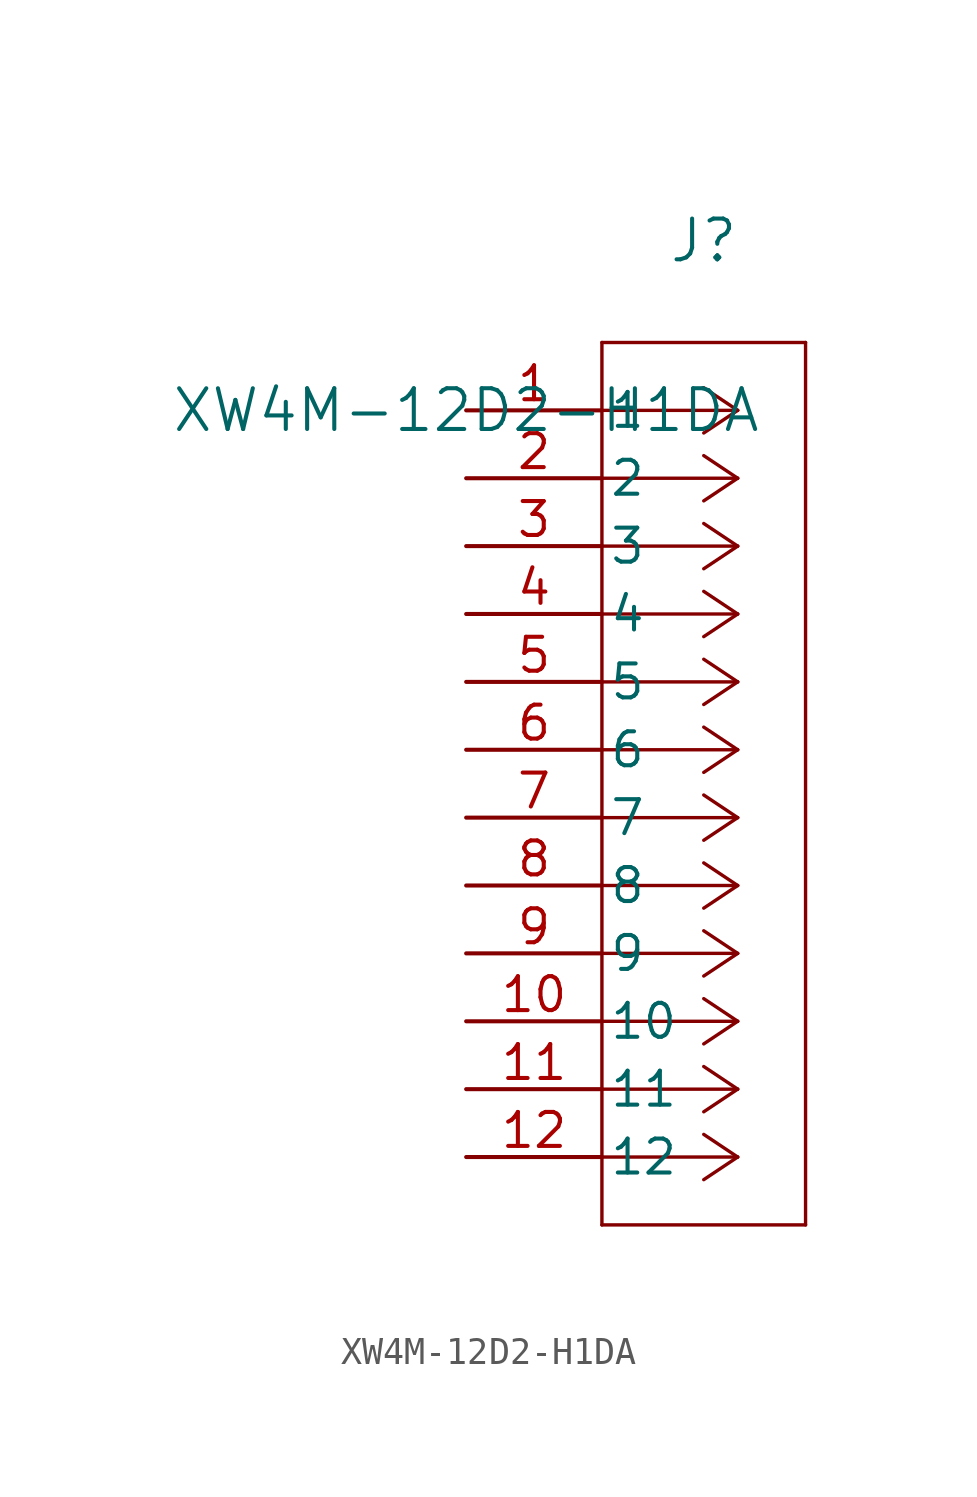
<source format=kicad_sym>
(kicad_symbol_lib
  (version 20211014)
  (generator kicad_symbol_editor)
  (symbol "XW4M-12D2-H1DA"
    (pin_names
      (offset 0.254))
    (property "Reference" "J"
      (at 8.89 6.35 0)
      (effects (font (size 1.524 1.524))))
    (property "Value" "XW4M-12D2-H1DA"
      (at 0 0 0)
      (effects (font (size 1.524 1.524))))
    (polyline
      (pts (xy 10.16 0) (xy 5.08 0))
      (stroke (width 0.127) (type default) (color 0 0 0 0))
      (fill (type none)))
    (polyline
      (pts (xy 10.16 -2.54) (xy 5.08 -2.54))
      (stroke (width 0.127) (type default) (color 0 0 0 0))
      (fill (type none)))
    (polyline
      (pts (xy 10.16 -5.08) (xy 5.08 -5.08))
      (stroke (width 0.127) (type default) (color 0 0 0 0))
      (fill (type none)))
    (polyline
      (pts (xy 10.16 -7.62) (xy 5.08 -7.62))
      (stroke (width 0.127) (type default) (color 0 0 0 0))
      (fill (type none)))
    (polyline
      (pts (xy 10.16 -10.16) (xy 5.08 -10.16))
      (stroke (width 0.127) (type default) (color 0 0 0 0))
      (fill (type none)))
    (polyline
      (pts (xy 10.16 -12.7) (xy 5.08 -12.7))
      (stroke (width 0.127) (type default) (color 0 0 0 0))
      (fill (type none)))
    (polyline
      (pts (xy 10.16 -15.24) (xy 5.08 -15.24))
      (stroke (width 0.127) (type default) (color 0 0 0 0))
      (fill (type none)))
    (polyline
      (pts (xy 10.16 -17.78) (xy 5.08 -17.78))
      (stroke (width 0.127) (type default) (color 0 0 0 0))
      (fill (type none)))
    (polyline
      (pts (xy 10.16 -20.32) (xy 5.08 -20.32))
      (stroke (width 0.127) (type default) (color 0 0 0 0))
      (fill (type none)))
    (polyline
      (pts (xy 10.16 -22.86) (xy 5.08 -22.86))
      (stroke (width 0.127) (type default) (color 0 0 0 0))
      (fill (type none)))
    (polyline
      (pts (xy 10.16 -25.4) (xy 5.08 -25.4))
      (stroke (width 0.127) (type default) (color 0 0 0 0))
      (fill (type none)))
    (polyline
      (pts (xy 10.16 -27.94) (xy 5.08 -27.94))
      (stroke (width 0.127) (type default) (color 0 0 0 0))
      (fill (type none)))
    (polyline
      (pts (xy 10.16 0) (xy 8.89 0.847))
      (stroke (width 0.127) (type default) (color 0 0 0 0))
      (fill (type none)))
    (polyline
      (pts (xy 10.16 -2.54) (xy 8.89 -1.693))
      (stroke (width 0.127) (type default) (color 0 0 0 0))
      (fill (type none)))
    (polyline
      (pts (xy 10.16 -5.08) (xy 8.89 -4.233))
      (stroke (width 0.127) (type default) (color 0 0 0 0))
      (fill (type none)))
    (polyline
      (pts (xy 10.16 -7.62) (xy 8.89 -6.773))
      (stroke (width 0.127) (type default) (color 0 0 0 0))
      (fill (type none)))
    (polyline
      (pts (xy 10.16 -10.16) (xy 8.89 -9.313))
      (stroke (width 0.127) (type default) (color 0 0 0 0))
      (fill (type none)))
    (polyline
      (pts (xy 10.16 -12.7) (xy 8.89 -11.853))
      (stroke (width 0.127) (type default) (color 0 0 0 0))
      (fill (type none)))
    (polyline
      (pts (xy 10.16 -15.24) (xy 8.89 -14.393))
      (stroke (width 0.127) (type default) (color 0 0 0 0))
      (fill (type none)))
    (polyline
      (pts (xy 10.16 -17.78) (xy 8.89 -16.933))
      (stroke (width 0.127) (type default) (color 0 0 0 0))
      (fill (type none)))
    (polyline
      (pts (xy 10.16 -20.32) (xy 8.89 -19.473))
      (stroke (width 0.127) (type default) (color 0 0 0 0))
      (fill (type none)))
    (polyline
      (pts (xy 10.16 -22.86) (xy 8.89 -22.013))
      (stroke (width 0.127) (type default) (color 0 0 0 0))
      (fill (type none)))
    (polyline
      (pts (xy 10.16 -25.4) (xy 8.89 -24.553))
      (stroke (width 0.127) (type default) (color 0 0 0 0))
      (fill (type none)))
    (polyline
      (pts (xy 10.16 -27.94) (xy 8.89 -27.093))
      (stroke (width 0.127) (type default) (color 0 0 0 0))
      (fill (type none)))
    (polyline
      (pts (xy 10.16 0) (xy 8.89 -0.847))
      (stroke (width 0.127) (type default) (color 0 0 0 0))
      (fill (type none)))
    (polyline
      (pts (xy 10.16 -2.54) (xy 8.89 -3.387))
      (stroke (width 0.127) (type default) (color 0 0 0 0))
      (fill (type none)))
    (polyline
      (pts (xy 10.16 -5.08) (xy 8.89 -5.927))
      (stroke (width 0.127) (type default) (color 0 0 0 0))
      (fill (type none)))
    (polyline
      (pts (xy 10.16 -7.62) (xy 8.89 -8.467))
      (stroke (width 0.127) (type default) (color 0 0 0 0))
      (fill (type none)))
    (polyline
      (pts (xy 10.16 -10.16) (xy 8.89 -11.007))
      (stroke (width 0.127) (type default) (color 0 0 0 0))
      (fill (type none)))
    (polyline
      (pts (xy 10.16 -12.7) (xy 8.89 -13.547))
      (stroke (width 0.127) (type default) (color 0 0 0 0))
      (fill (type none)))
    (polyline
      (pts (xy 10.16 -15.24) (xy 8.89 -16.087))
      (stroke (width 0.127) (type default) (color 0 0 0 0))
      (fill (type none)))
    (polyline
      (pts (xy 10.16 -17.78) (xy 8.89 -18.627))
      (stroke (width 0.127) (type default) (color 0 0 0 0))
      (fill (type none)))
    (polyline
      (pts (xy 10.16 -20.32) (xy 8.89 -21.167))
      (stroke (width 0.127) (type default) (color 0 0 0 0))
      (fill (type none)))
    (polyline
      (pts (xy 10.16 -22.86) (xy 8.89 -23.707))
      (stroke (width 0.127) (type default) (color 0 0 0 0))
      (fill (type none)))
    (polyline
      (pts (xy 10.16 -25.4) (xy 8.89 -26.247))
      (stroke (width 0.127) (type default) (color 0 0 0 0))
      (fill (type none)))
    (polyline
      (pts (xy 10.16 -27.94) (xy 8.89 -28.787))
      (stroke (width 0.127) (type default) (color 0 0 0 0))
      (fill (type none)))
    (polyline
      (pts (xy 5.08 2.54) (xy 5.08 -30.48))
      (stroke (width 0.127) (type default) (color 0 0 0 0))
      (fill (type none)))
    (polyline
      (pts (xy 5.08 -30.48) (xy 12.7 -30.48))
      (stroke (width 0.127) (type default) (color 0 0 0 0))
      (fill (type none)))
    (polyline
      (pts (xy 12.7 -30.48) (xy 12.7 2.54))
      (stroke (width 0.127) (type default) (color 0 0 0 0))
      (fill (type none)))
    (polyline
      (pts (xy 12.7 2.54) (xy 5.08 2.54))
      (stroke (width 0.127) (type default) (color 0 0 0 0))
      (fill (type none)))
    (pin unspecified line
      (at 0 0 0)
      (length 5.08)
      (name "1" (effects (font (size 1.27 1.27))))
      (number "1" (effects (font (size 1.27 1.27)))))
    (pin unspecified line
      (at 0 -2.54 0)
      (length 5.08)
      (name "2" (effects (font (size 1.27 1.27))))
      (number "2" (effects (font (size 1.27 1.27)))))
    (pin unspecified line
      (at 0 -5.08 0)
      (length 5.08)
      (name "3" (effects (font (size 1.27 1.27))))
      (number "3" (effects (font (size 1.27 1.27)))))
    (pin unspecified line
      (at 0 -7.62 0)
      (length 5.08)
      (name "4" (effects (font (size 1.27 1.27))))
      (number "4" (effects (font (size 1.27 1.27)))))
    (pin unspecified line
      (at 0 -10.16 0)
      (length 5.08)
      (name "5" (effects (font (size 1.27 1.27))))
      (number "5" (effects (font (size 1.27 1.27)))))
    (pin unspecified line
      (at 0 -12.7 0)
      (length 5.08)
      (name "6" (effects (font (size 1.27 1.27))))
      (number "6" (effects (font (size 1.27 1.27)))))
    (pin unspecified line
      (at 0 -15.24 0)
      (length 5.08)
      (name "7" (effects (font (size 1.27 1.27))))
      (number "7" (effects (font (size 1.27 1.27)))))
    (pin unspecified line
      (at 0 -17.78 0)
      (length 5.08)
      (name "8" (effects (font (size 1.27 1.27))))
      (number "8" (effects (font (size 1.27 1.27)))))
    (pin unspecified line
      (at 0 -20.32 0)
      (length 5.08)
      (name "9" (effects (font (size 1.27 1.27))))
      (number "9" (effects (font (size 1.27 1.27)))))
    (pin unspecified line
      (at 0 -22.86 0)
      (length 5.08)
      (name "10" (effects (font (size 1.27 1.27))))
      (number "10" (effects (font (size 1.27 1.27)))))
    (pin unspecified line
      (at 0 -25.4 0)
      (length 5.08)
      (name "11" (effects (font (size 1.27 1.27))))
      (number "11" (effects (font (size 1.27 1.27)))))
    (pin unspecified line
      (at 0 -27.94 0)
      (length 5.08)
      (name "12" (effects (font (size 1.27 1.27))))
      (number "12" (effects (font (size 1.27 1.27)))))))
</source>
